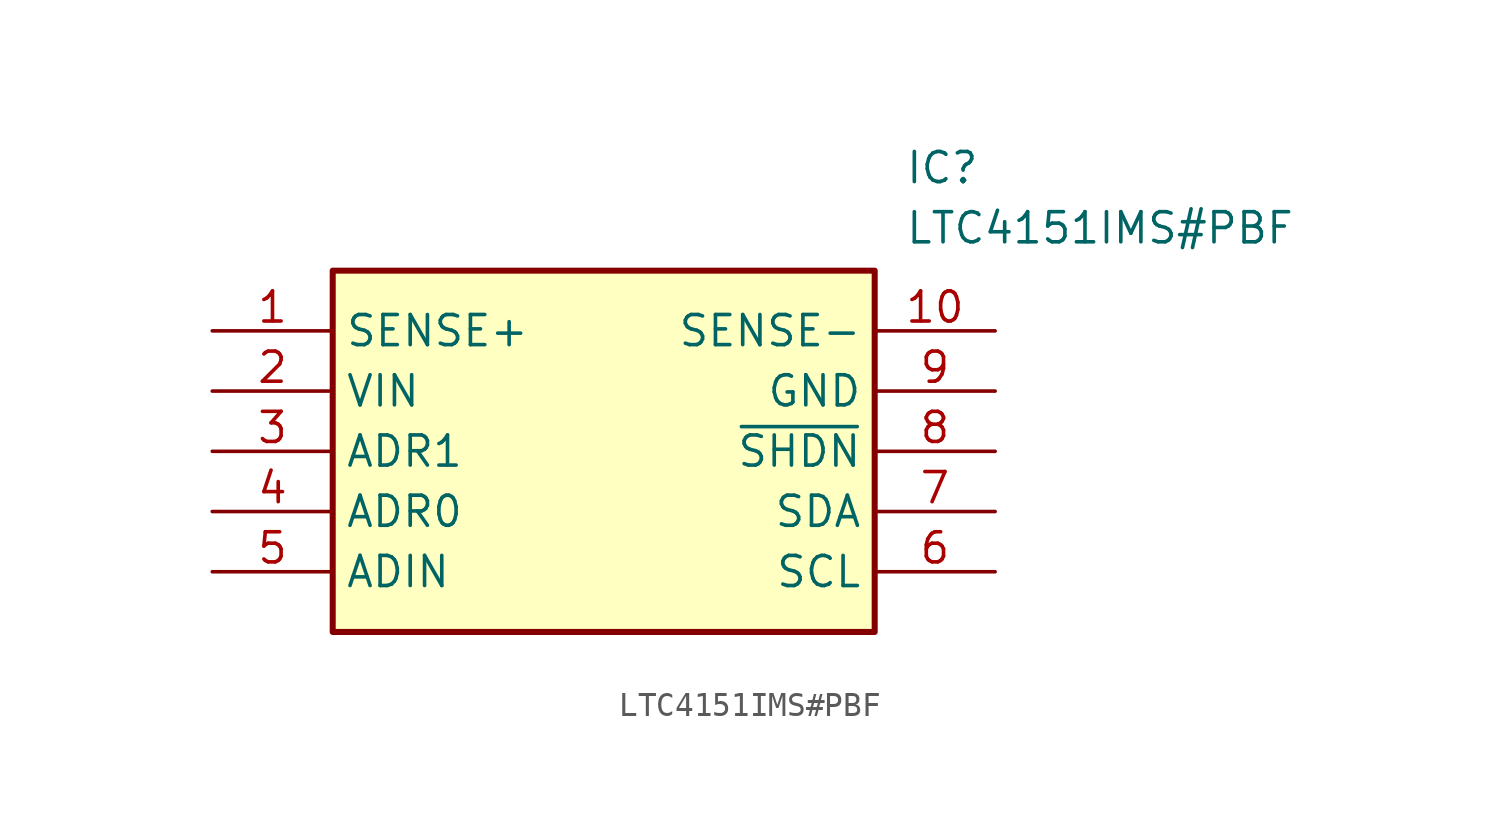
<source format=kicad_sym>
(kicad_symbol_lib
  (version 20211014)
  (generator SamacSys_ECAD_Model)
  (symbol "LTC4151IMS#PBF"
    (property "Reference" "IC"
      (at 29.21 7.62 0)
      (effects (font (size 1.27 1.27)) (justify left top)))
    (property "Value" "LTC4151IMS#PBF"
      (at 29.21 5.08 0)
      (effects (font (size 1.27 1.27)) (justify left top)))
    (rectangle
      (start 5.08 2.54)
      (end 27.94 -12.7)
      (stroke (width 0.254) (type default))
      (fill (type background)))
    (pin passive line
      (at 0 0 0)
      (length 5.08)
      (name "SENSE+" (effects (font (size 1.27 1.27))))
      (number "1" (effects (font (size 1.27 1.27)))))
    (pin passive line
      (at 0 -2.54 0)
      (length 5.08)
      (name "VIN" (effects (font (size 1.27 1.27))))
      (number "2" (effects (font (size 1.27 1.27)))))
    (pin passive line
      (at 0 -5.08 0)
      (length 5.08)
      (name "ADR1" (effects (font (size 1.27 1.27))))
      (number "3" (effects (font (size 1.27 1.27)))))
    (pin passive line
      (at 0 -7.62 0)
      (length 5.08)
      (name "ADR0" (effects (font (size 1.27 1.27))))
      (number "4" (effects (font (size 1.27 1.27)))))
    (pin passive line
      (at 0 -10.16 0)
      (length 5.08)
      (name "ADIN" (effects (font (size 1.27 1.27))))
      (number "5" (effects (font (size 1.27 1.27)))))
    (pin passive line
      (at 33.02 0 180)
      (length 5.08)
      (name "SENSE-" (effects (font (size 1.27 1.27))))
      (number "10" (effects (font (size 1.27 1.27)))))
    (pin passive line
      (at 33.02 -2.54 180)
      (length 5.08)
      (name "GND" (effects (font (size 1.27 1.27))))
      (number "9" (effects (font (size 1.27 1.27)))))
    (pin passive line
      (at 33.02 -5.08 180)
      (length 5.08)
      (name "~{SHDN}" (effects (font (size 1.27 1.27))))
      (number "8" (effects (font (size 1.27 1.27)))))
    (pin passive line
      (at 33.02 -7.62 180)
      (length 5.08)
      (name "SDA" (effects (font (size 1.27 1.27))))
      (number "7" (effects (font (size 1.27 1.27)))))
    (pin passive line
      (at 33.02 -10.16 180)
      (length 5.08)
      (name "SCL" (effects (font (size 1.27 1.27))))
      (number "6" (effects (font (size 1.27 1.27)))))))
</source>
